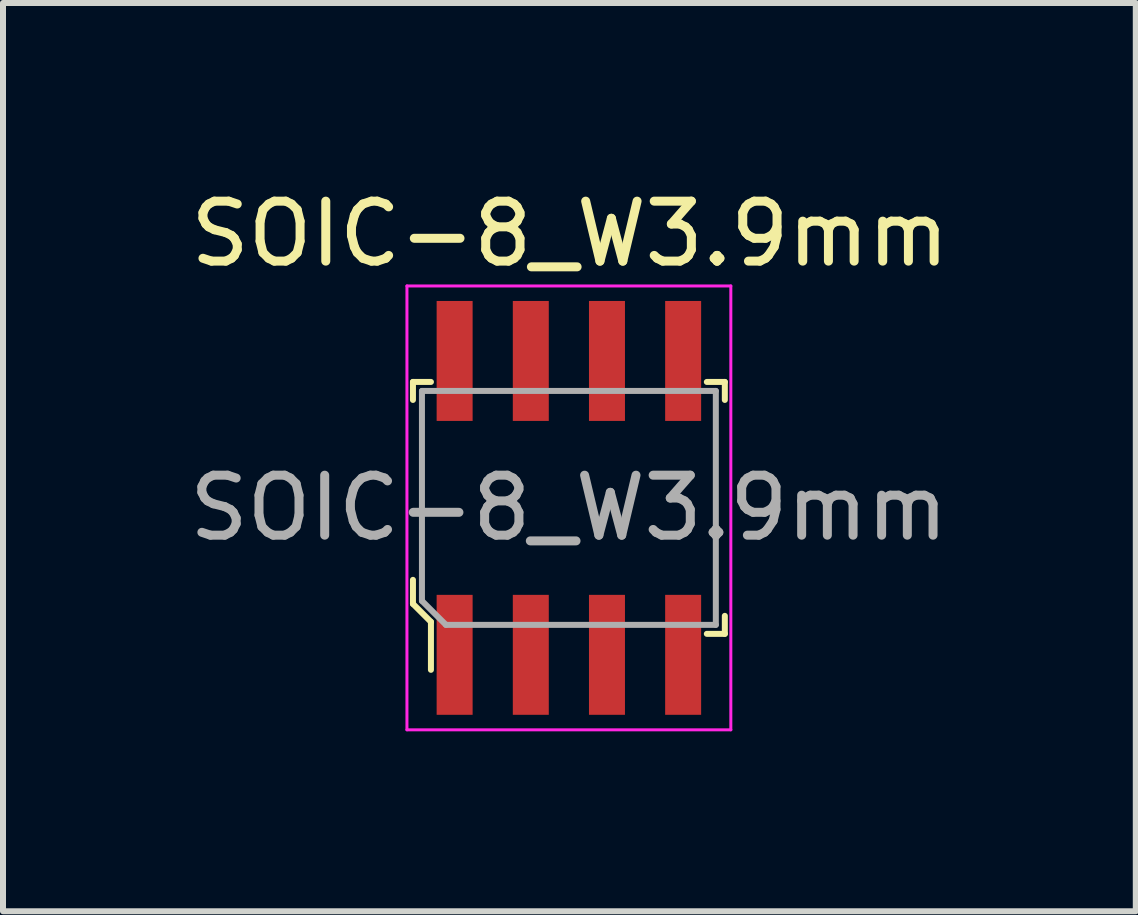
<source format=kicad_pcb>
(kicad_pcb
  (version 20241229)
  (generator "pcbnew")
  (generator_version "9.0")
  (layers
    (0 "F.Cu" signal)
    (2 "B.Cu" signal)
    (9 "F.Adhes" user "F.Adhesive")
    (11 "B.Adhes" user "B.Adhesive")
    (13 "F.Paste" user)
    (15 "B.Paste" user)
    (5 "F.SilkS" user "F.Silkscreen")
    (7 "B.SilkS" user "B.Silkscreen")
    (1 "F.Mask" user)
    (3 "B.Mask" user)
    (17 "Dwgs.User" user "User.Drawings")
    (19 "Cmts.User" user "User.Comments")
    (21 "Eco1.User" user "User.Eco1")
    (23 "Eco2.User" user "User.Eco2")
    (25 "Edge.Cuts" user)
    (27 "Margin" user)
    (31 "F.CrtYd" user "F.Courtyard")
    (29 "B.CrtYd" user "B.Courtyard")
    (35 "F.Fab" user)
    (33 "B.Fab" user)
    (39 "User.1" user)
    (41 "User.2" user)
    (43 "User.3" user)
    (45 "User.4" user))
  (footprint "SOIC-8_W3.9mm"
    (layer "F.Cu")
    (at 6.435 5.418)
    (property "Reference" "SOIC-8_W3.9mm" (at 0.018 -4.569 0) (layer "F.SilkS") (effects (font (size 1 1) (thickness 0.15))))
    (attr through_hole)
    (fp_line (start -2.6 -2.1) (end -2.6 -1.8) (stroke (width 0.1) (type solid)) (layer "F.SilkS"))
    (fp_line (start -2.6 1.2) (end -2.6 1.6) (stroke (width 0.1) (type solid)) (layer "F.SilkS"))
    (fp_line (start -2.6 1.6) (end -2.3 1.9) (stroke (width 0.1) (type solid)) (layer "F.SilkS"))
    (fp_line (start -2.3 -2.1) (end -2.6 -2.1) (stroke (width 0.1) (type solid)) (layer "F.SilkS"))
    (fp_line (start -2.3 1.9) (end -2.3 2.7) (stroke (width 0.1) (type solid)) (layer "F.SilkS"))
    (fp_line (start 2.3 -2.1) (end 2.6 -2.1) (stroke (width 0.1) (type solid)) (layer "F.SilkS"))
    (fp_line (start 2.3 2.1) (end 2.6 2.1) (stroke (width 0.1) (type solid)) (layer "F.SilkS"))
    (fp_line (start 2.6 -2.1) (end 2.6 -1.8) (stroke (width 0.1) (type solid)) (layer "F.SilkS"))
    (fp_line (start 2.6 2.1) (end 2.6 1.8) (stroke (width 0.1) (type solid)) (layer "F.SilkS"))
    (fp_line (start -2.7 -3.7) (end -2.7 3.7) (stroke (width 0.05) (type solid)) (layer "F.CrtYd"))
    (fp_line (start -2.7 -3.7) (end 2.7 -3.7) (stroke (width 0.05) (type solid)) (layer "F.CrtYd"))
    (fp_line (start -2.7 3.7) (end 2.7 3.7) (stroke (width 0.05) (type solid)) (layer "F.CrtYd"))
    (fp_line (start 2.7 -3.7) (end 2.7 3.7) (stroke (width 0.05) (type solid)) (layer "F.CrtYd"))
    (fp_line (start -2.45 -1.95) (end 2.45 -1.95) (stroke (width 0.1) (type solid)) (layer "F.Fab"))
    (fp_line (start -2.45 1.55) (end -2.45 -1.95) (stroke (width 0.1) (type solid)) (layer "F.Fab"))
    (fp_line (start -2.45 1.55) (end -2.05 1.95) (stroke (width 0.1) (type solid)) (layer "F.Fab"))
    (fp_line (start -2.05 1.95) (end 2.45 1.95) (stroke (width 0.1) (type solid)) (layer "F.Fab"))
    (fp_line (start 2.45 -1.95) (end 2.45 1.95) (stroke (width 0.1) (type solid)) (layer "F.Fab"))
    (fp_text user "${REFERENCE}" (at 0 0 0) (layer "F.Fab") (effects (font (size 1 1) (thickness 0.15))))
    (pad "1" smd rect (at -1.905 2.45) (size 0.6 2) (layers "F.Cu" "F.Mask" "F.Paste"))
    (pad "2" smd rect (at -0.635 2.45) (size 0.6 2) (layers "F.Cu" "F.Mask" "F.Paste"))
    (pad "3" smd rect (at 0.635 2.45) (size 0.6 2) (layers "F.Cu" "F.Mask" "F.Paste"))
    (pad "4" smd rect (at 1.905 2.45) (size 0.6 2) (layers "F.Cu" "F.Mask" "F.Paste"))
    (pad "5" smd rect (at 1.905 -2.45) (size 0.6 2) (layers "F.Cu" "F.Mask" "F.Paste"))
    (pad "6" smd rect (at 0.635 -2.45) (size 0.6 2) (layers "F.Cu" "F.Mask" "F.Paste"))
    (pad "7" smd rect (at -0.635 -2.45) (size 0.6 2) (layers "F.Cu" "F.Mask" "F.Paste"))
    (pad "8" smd rect (at -1.905 -2.45) (size 0.6 2) (layers "F.Cu" "F.Mask" "F.Paste")))
  (gr_rect
    (start -3 -3)
    (end 15.887 12.143)
    (stroke (width 0.1) (type default))
    (fill no)
    (layer "Edge.Cuts")))
</source>
